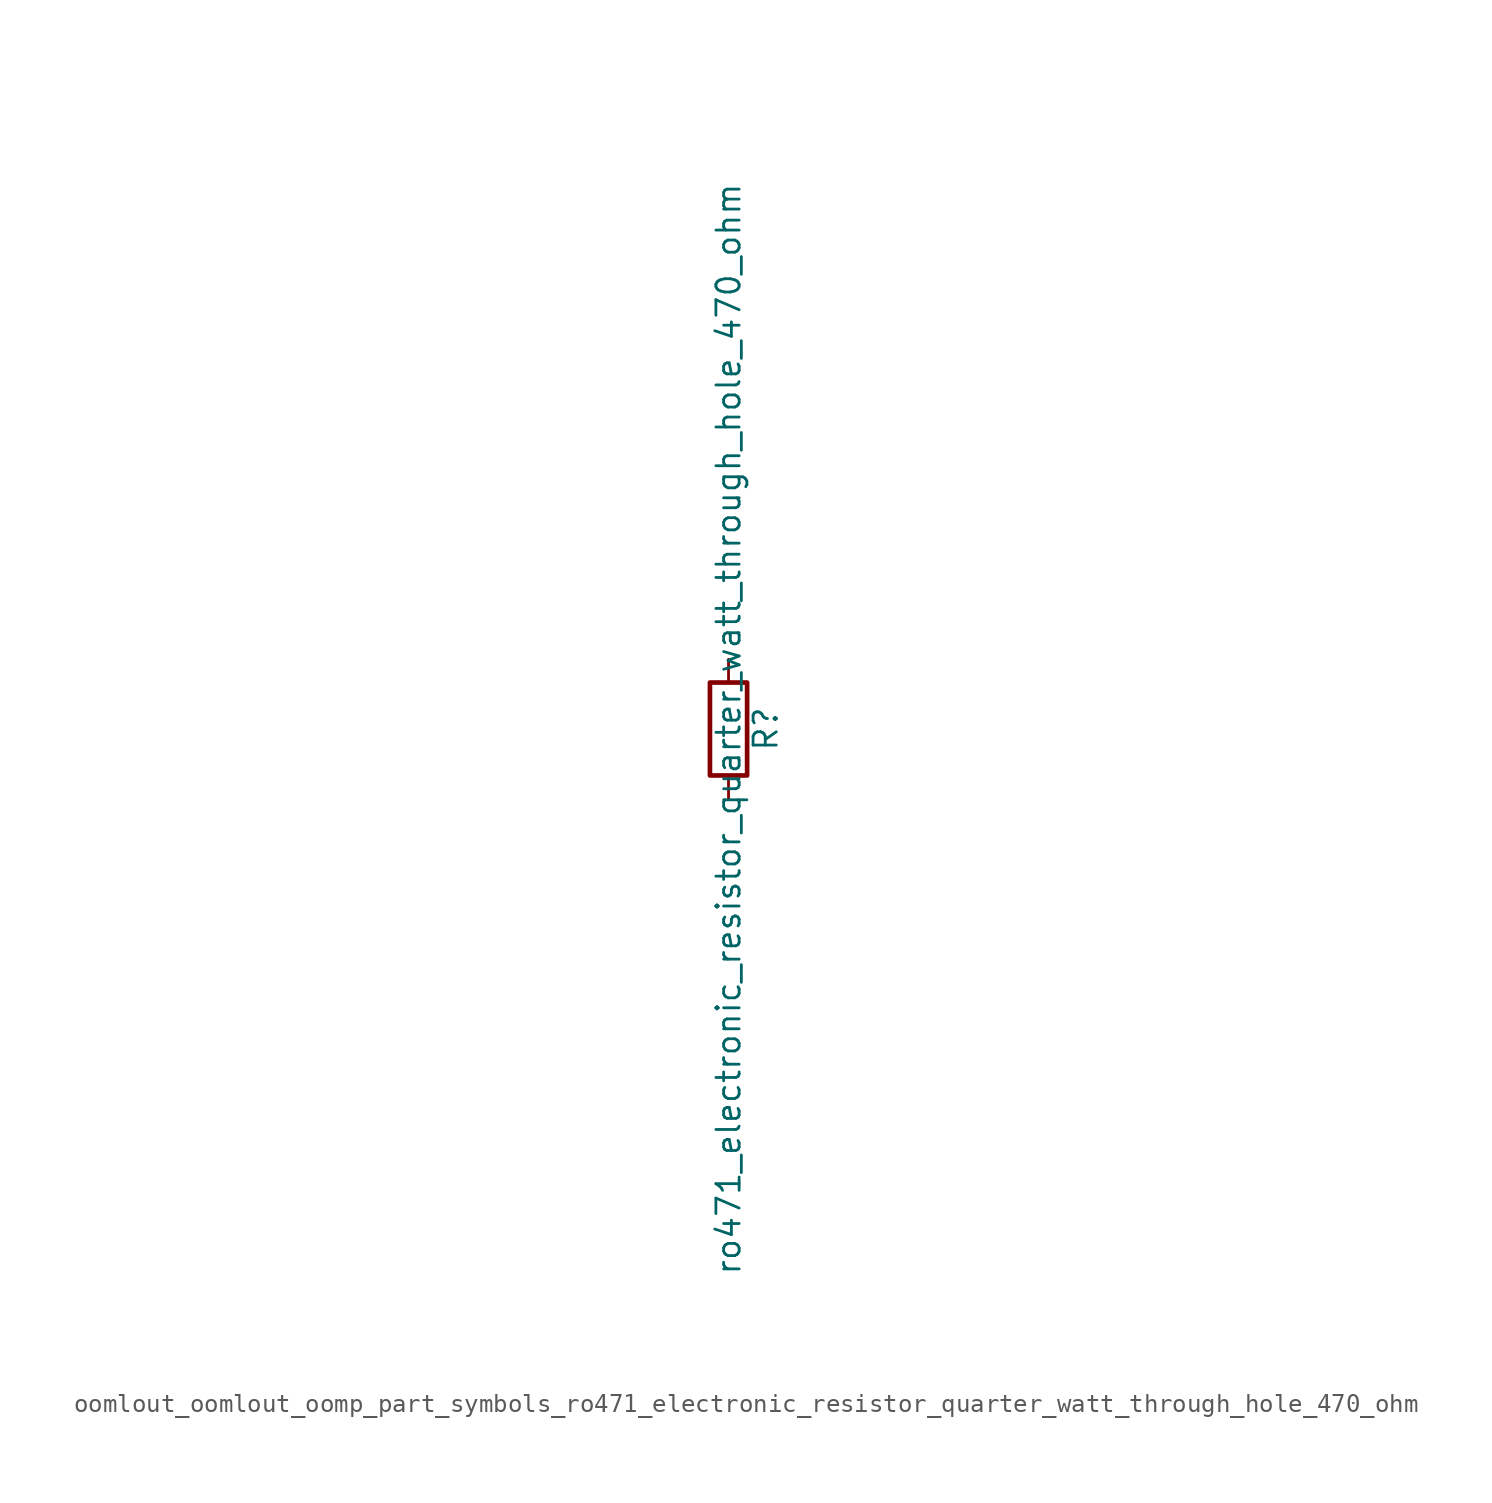
<source format=kicad_sym>
(kicad_symbol_lib
  (version 20220914)
  (generator kicad_symbol_editor)
  (symbol "oomlout_oomlout_oomp_part_symbols_ro471_electronic_resistor_quarter_watt_through_hole_470_ohm"
    (pin_numbers hide)
    (pin_names
      (offset 0))
    (property "Reference" "R"
      (at 2.032 0 90)
      (effects (font (size 1.27 1.27))))
    (property "Value" "ro471_electronic_resistor_quarter_watt_through_hole_470_ohm"
      (at 0 0 90)
      (effects (font (size 1.27 1.27))))
    (symbol "oomlout_oomlout_oomp_part_symbols_ro471_electronic_resistor_quarter_watt_through_hole_470_ohm_0_1"
      (rectangle (start -1.016 -2.54) (end 1.016 2.54) (stroke (width 0.254) (type default)) (fill (type none))))
    (symbol "oomlout_oomlout_oomp_part_symbols_ro471_electronic_resistor_quarter_watt_through_hole_470_ohm_1_1"
      (pin passive line (at 0 3.81 270) (length 1.27) (name "~" (effects (font (size 1.27 1.27)))) (number "1" (effects (font (size 1.27 1.27)))))
      (pin passive line (at 0 -3.81 90) (length 1.27) (name "~" (effects (font (size 1.27 1.27)))) (number "2" (effects (font (size 1.27 1.27))))))))
</source>
